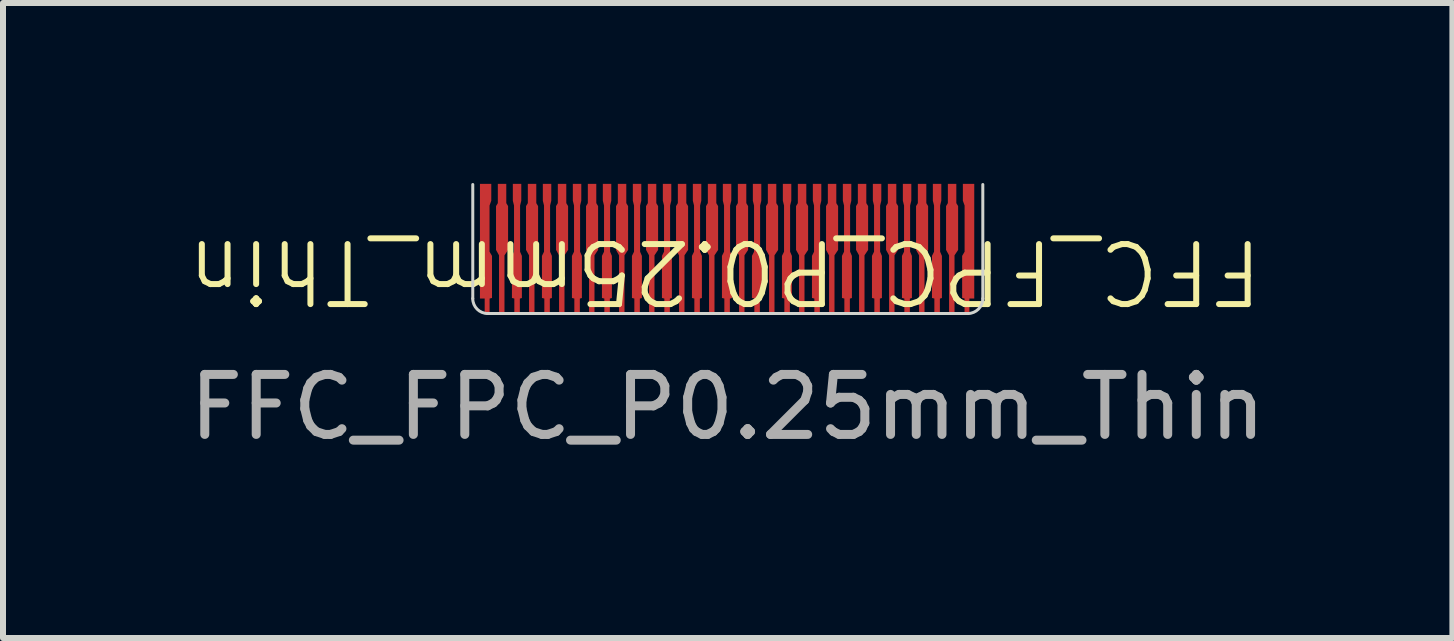
<source format=kicad_pcb>
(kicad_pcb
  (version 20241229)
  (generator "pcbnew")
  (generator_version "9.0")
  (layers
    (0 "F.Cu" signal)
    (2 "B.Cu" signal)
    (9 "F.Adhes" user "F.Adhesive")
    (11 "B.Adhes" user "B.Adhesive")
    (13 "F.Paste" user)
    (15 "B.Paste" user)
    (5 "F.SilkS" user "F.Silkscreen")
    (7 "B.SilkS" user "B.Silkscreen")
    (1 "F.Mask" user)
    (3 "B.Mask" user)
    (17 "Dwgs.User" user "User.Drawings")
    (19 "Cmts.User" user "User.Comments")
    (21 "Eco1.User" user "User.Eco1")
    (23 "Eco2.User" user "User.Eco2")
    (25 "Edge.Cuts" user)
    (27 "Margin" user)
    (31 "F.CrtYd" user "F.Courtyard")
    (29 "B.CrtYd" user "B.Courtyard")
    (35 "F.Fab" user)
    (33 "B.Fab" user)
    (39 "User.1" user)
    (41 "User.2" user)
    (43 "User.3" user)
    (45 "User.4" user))
  (footprint "FFC_FPC_P0.25mm_Thin"
    (layer "F.Cu")
    (at 9.077 1.235)
    (property "Reference" "FFC_FPC_P0.25mm_Thin" (at -0.049 0.24 180) (unlocked yes) (layer "F.SilkS") (effects (font (size 1 1) (thickness 0.1))))
    (attr smd)
    (fp_line (start -4.248 0.69) (end -4.248 -1.21) (stroke (width 0.05) (type default)) (layer "Edge.Cuts"))
    (fp_line (start 4.002 0.94) (end -3.998 0.94) (stroke (width 0.05) (type default)) (layer "Edge.Cuts"))
    (fp_line (start 4.252 0.69) (end 4.252 -1.21) (stroke (width 0.05) (type default)) (layer "Edge.Cuts"))
    (fp_arc (start -3.9985 0.940208) (mid -4.175277 0.866985) (end -4.2485 0.690208) (stroke (width 0.05) (type default)) (layer "Edge.Cuts"))
    (fp_arc (start 4.2515 0.690208) (mid 4.178277 0.866985) (end 4.0015 0.940208) (stroke (width 0.05) (type default)) (layer "Edge.Cuts"))
    (fp_text user "${REFERENCE}" (at 0 2.5 0) (unlocked yes) (layer "F.Fab") (effects (font (size 1 1) (thickness 0.15))))
    (pad "1" smd custom (at -4.04 -1.17) (size 0.1 0.1) (layers "F.Cu" "F.Mask" "F.Paste") (options (anchor circle)) (primitives (gr_poly (pts (xy -0.05 -0.025) (xy -0.048 -0.035) (xy -0.043 -0.043) (xy -0.035 -0.048) (xy -0.025 -0.05) (xy 0.025 -0.05) (xy 0.035 -0.048) (xy 0.043 -0.043) (xy 0.048 -0.035) (xy 0.05 -0.025) (xy 0.05 0.025) (xy 0.048 0.035) (xy 0.043 0.043) (xy 0.035 0.048) (xy 0.025 0.05) (xy -0.025 0.05) (xy -0.035 0.048) (xy -0.043 0.043) (xy -0.048 0.035) (xy -0.05 0.025)) (width 0) (fill yes)) (gr_poly (pts (xy 0.071 1.08) (xy 0.071 0.31) (xy 0.1 0.23) (xy 0.1 -0.05) (xy -0.088 -0.05) (xy -0.088 1.86) (xy -0.009 1.86) (xy -0.009 2.11) (xy 0.072 2.11) (xy 0.072 1.86) (xy 0.112 1.85) (xy 0.112 1.15)) (width 0.001) (fill yes))))
    (pad "2" smd custom (at -3.76 -1.16) (size 0.1 0.1) (layers "F.Cu" "F.Mask" "F.Paste") (options (anchor circle)) (primitives (gr_poly (pts (xy -0.05 -0.025) (xy -0.048 -0.035) (xy -0.043 -0.043) (xy -0.035 -0.048) (xy -0.025 -0.05) (xy 0.025 -0.05) (xy 0.035 -0.048) (xy 0.043 -0.043) (xy 0.048 -0.035) (xy 0.05 -0.025) (xy 0.05 0.025) (xy 0.048 0.035) (xy 0.043 0.043) (xy 0.035 0.048) (xy 0.025 0.05) (xy -0.025 0.05) (xy -0.035 0.048) (xy -0.043 0.043) (xy -0.048 0.035) (xy -0.05 0.025)) (width 0) (fill yes)) (gr_poly (pts (xy -0.1 1.04) (xy -0.1 0.31) (xy -0.07 0.26) (xy -0.07 -0.06) (xy 0.07 -0.06) (xy 0.07 0.26) (xy 0.1 0.31) (xy 0.1 1.04) (xy 0.04 1.13) (xy 0.04 2.1) (xy -0.05 2.1) (xy -0.05 1.13)) (width 0.001) (fill yes))))
    (pad "3" smd custom (at -3.51 -1.17) (size 0.1 0.1) (layers "F.Cu" "F.Mask" "F.Paste") (options (anchor circle)) (primitives (gr_poly (pts (xy -0.05 -0.025) (xy -0.048 -0.035) (xy -0.043 -0.043) (xy -0.035 -0.048) (xy -0.025 -0.05) (xy 0.025 -0.05) (xy 0.035 -0.048) (xy 0.043 -0.043) (xy 0.048 -0.035) (xy 0.05 -0.025) (xy 0.05 0.025) (xy 0.048 0.035) (xy 0.043 0.043) (xy 0.035 0.048) (xy 0.025 0.05) (xy -0.025 0.05) (xy -0.035 0.048) (xy -0.043 0.043) (xy -0.048 0.035) (xy -0.05 0.025)) (width 0) (fill yes)) (gr_poly (pts (xy 0.046 2.111) (xy -0.045 2.11) (xy -0.045 1.86) (xy -0.085 1.85) (xy -0.085 1.15) (xy -0.05 1.08) (xy -0.05 0.31) (xy -0.07 0.23) (xy -0.07 -0.05) (xy 0.07 -0.05) (xy 0.07 0.23) (xy 0.05 0.31) (xy 0.05 1.08) (xy 0.08 1.15) (xy 0.08 1.851) (xy 0.046 1.861)) (width 0.001) (fill yes))))
    (pad "4" smd custom (at -3.26 -1.17) (size 0.1 0.1) (layers "F.Cu" "F.Mask" "F.Paste") (options (anchor circle)) (primitives (gr_poly (pts (xy -0.05 -0.025) (xy -0.048 -0.035) (xy -0.043 -0.043) (xy -0.035 -0.048) (xy -0.025 -0.05) (xy 0.025 -0.05) (xy 0.035 -0.048) (xy 0.043 -0.043) (xy 0.048 -0.035) (xy 0.05 -0.025) (xy 0.05 0.025) (xy 0.048 0.035) (xy 0.043 0.043) (xy 0.035 0.048) (xy 0.025 0.05) (xy -0.025 0.05) (xy -0.035 0.048) (xy -0.043 0.043) (xy -0.048 0.035) (xy -0.05 0.025)) (width 0) (fill yes)) (gr_poly (pts (xy -0.1 1.05) (xy -0.1 0.32) (xy -0.07 0.27) (xy -0.07 -0.05) (xy 0.07 -0.05) (xy 0.07 0.27) (xy 0.1 0.32) (xy 0.1 1.05) (xy 0.04 1.14) (xy 0.04 2.11) (xy -0.05 2.11) (xy -0.05 1.14)) (width 0.001) (fill yes))))
    (pad "5" smd custom (at -3.01 -1.17) (size 0.1 0.1) (layers "F.Cu" "F.Mask" "F.Paste") (options (anchor circle)) (primitives (gr_poly (pts (xy -0.05 -0.025) (xy -0.048 -0.035) (xy -0.043 -0.043) (xy -0.035 -0.048) (xy -0.025 -0.05) (xy 0.025 -0.05) (xy 0.035 -0.048) (xy 0.043 -0.043) (xy 0.048 -0.035) (xy 0.05 -0.025) (xy 0.05 0.025) (xy 0.048 0.035) (xy 0.043 0.043) (xy 0.035 0.048) (xy 0.025 0.05) (xy -0.025 0.05) (xy -0.035 0.048) (xy -0.043 0.043) (xy -0.048 0.035) (xy -0.05 0.025)) (width 0) (fill yes)) (gr_poly (pts (xy 0.046 2.111) (xy -0.045 2.11) (xy -0.045 1.86) (xy -0.085 1.85) (xy -0.085 1.15) (xy -0.05 1.08) (xy -0.05 0.31) (xy -0.07 0.23) (xy -0.07 -0.05) (xy 0.07 -0.05) (xy 0.07 0.23) (xy 0.05 0.31) (xy 0.05 1.08) (xy 0.08 1.15) (xy 0.08 1.851) (xy 0.046 1.861)) (width 0.001) (fill yes))))
    (pad "6" smd custom (at -2.76 -1.17) (size 0.1 0.1) (layers "F.Cu" "F.Mask" "F.Paste") (options (anchor circle)) (primitives (gr_poly (pts (xy -0.05 -0.025) (xy -0.048 -0.035) (xy -0.043 -0.043) (xy -0.035 -0.048) (xy -0.025 -0.05) (xy 0.025 -0.05) (xy 0.035 -0.048) (xy 0.043 -0.043) (xy 0.048 -0.035) (xy 0.05 -0.025) (xy 0.05 0.025) (xy 0.048 0.035) (xy 0.043 0.043) (xy 0.035 0.048) (xy 0.025 0.05) (xy -0.025 0.05) (xy -0.035 0.048) (xy -0.043 0.043) (xy -0.048 0.035) (xy -0.05 0.025)) (width 0) (fill yes)) (gr_poly (pts (xy -0.1 1.05) (xy -0.1 0.32) (xy -0.07 0.27) (xy -0.07 -0.05) (xy 0.07 -0.05) (xy 0.07 0.27) (xy 0.1 0.32) (xy 0.1 1.05) (xy 0.04 1.14) (xy 0.04 2.11) (xy -0.05 2.11) (xy -0.05 1.14)) (width 0.001) (fill yes))))
    (pad "7" smd custom (at -2.51 -1.17) (size 0.1 0.1) (layers "F.Cu" "F.Mask" "F.Paste") (options (anchor circle)) (primitives (gr_poly (pts (xy -0.05 -0.025) (xy -0.048 -0.035) (xy -0.043 -0.043) (xy -0.035 -0.048) (xy -0.025 -0.05) (xy 0.025 -0.05) (xy 0.035 -0.048) (xy 0.043 -0.043) (xy 0.048 -0.035) (xy 0.05 -0.025) (xy 0.05 0.025) (xy 0.048 0.035) (xy 0.043 0.043) (xy 0.035 0.048) (xy 0.025 0.05) (xy -0.025 0.05) (xy -0.035 0.048) (xy -0.043 0.043) (xy -0.048 0.035) (xy -0.05 0.025)) (width 0) (fill yes)) (gr_poly (pts (xy 0.046 2.111) (xy -0.045 2.11) (xy -0.045 1.86) (xy -0.085 1.85) (xy -0.085 1.15) (xy -0.05 1.08) (xy -0.05 0.31) (xy -0.07 0.23) (xy -0.07 -0.05) (xy 0.07 -0.05) (xy 0.07 0.23) (xy 0.05 0.31) (xy 0.05 1.08) (xy 0.08 1.15) (xy 0.08 1.851) (xy 0.046 1.861)) (width 0.001) (fill yes))))
    (pad "8" smd custom (at -2.26 -1.17) (size 0.1 0.1) (layers "F.Cu" "F.Mask" "F.Paste") (options (anchor circle)) (primitives (gr_poly (pts (xy -0.05 -0.025) (xy -0.048 -0.035) (xy -0.043 -0.043) (xy -0.035 -0.048) (xy -0.025 -0.05) (xy 0.025 -0.05) (xy 0.035 -0.048) (xy 0.043 -0.043) (xy 0.048 -0.035) (xy 0.05 -0.025) (xy 0.05 0.025) (xy 0.048 0.035) (xy 0.043 0.043) (xy 0.035 0.048) (xy 0.025 0.05) (xy -0.025 0.05) (xy -0.035 0.048) (xy -0.043 0.043) (xy -0.048 0.035) (xy -0.05 0.025)) (width 0) (fill yes)) (gr_poly (pts (xy -0.1 1.05) (xy -0.1 0.32) (xy -0.07 0.27) (xy -0.07 -0.05) (xy 0.07 -0.05) (xy 0.07 0.27) (xy 0.1 0.32) (xy 0.1 1.05) (xy 0.04 1.14) (xy 0.04 2.11) (xy -0.05 2.11) (xy -0.05 1.14)) (width 0.001) (fill yes))))
    (pad "9" smd custom (at -2.01 -1.17) (size 0.1 0.1) (layers "F.Cu" "F.Mask" "F.Paste") (options (anchor circle)) (primitives (gr_poly (pts (xy -0.05 -0.025) (xy -0.048 -0.035) (xy -0.043 -0.043) (xy -0.035 -0.048) (xy -0.025 -0.05) (xy 0.025 -0.05) (xy 0.035 -0.048) (xy 0.043 -0.043) (xy 0.048 -0.035) (xy 0.05 -0.025) (xy 0.05 0.025) (xy 0.048 0.035) (xy 0.043 0.043) (xy 0.035 0.048) (xy 0.025 0.05) (xy -0.025 0.05) (xy -0.035 0.048) (xy -0.043 0.043) (xy -0.048 0.035) (xy -0.05 0.025)) (width 0) (fill yes)) (gr_poly (pts (xy 0.046 2.111) (xy -0.045 2.11) (xy -0.045 1.86) (xy -0.085 1.85) (xy -0.085 1.15) (xy -0.05 1.08) (xy -0.05 0.31) (xy -0.07 0.23) (xy -0.07 -0.05) (xy 0.07 -0.05) (xy 0.07 0.23) (xy 0.05 0.31) (xy 0.05 1.08) (xy 0.08 1.15) (xy 0.08 1.851) (xy 0.046 1.861)) (width 0.001) (fill yes))))
    (pad "10" smd custom (at -1.76 -1.17) (size 0.1 0.1) (layers "F.Cu" "F.Mask" "F.Paste") (options (anchor circle)) (primitives (gr_poly (pts (xy -0.05 -0.025) (xy -0.048 -0.035) (xy -0.043 -0.043) (xy -0.035 -0.048) (xy -0.025 -0.05) (xy 0.025 -0.05) (xy 0.035 -0.048) (xy 0.043 -0.043) (xy 0.048 -0.035) (xy 0.05 -0.025) (xy 0.05 0.025) (xy 0.048 0.035) (xy 0.043 0.043) (xy 0.035 0.048) (xy 0.025 0.05) (xy -0.025 0.05) (xy -0.035 0.048) (xy -0.043 0.043) (xy -0.048 0.035) (xy -0.05 0.025)) (width 0) (fill yes)) (gr_poly (pts (xy -0.1 1.05) (xy -0.1 0.32) (xy -0.07 0.27) (xy -0.07 -0.05) (xy 0.07 -0.05) (xy 0.07 0.27) (xy 0.1 0.32) (xy 0.1 1.05) (xy 0.04 1.14) (xy 0.04 2.11) (xy -0.05 2.11) (xy -0.05 1.14)) (width 0.001) (fill yes))))
    (pad "11" smd custom (at -1.51 -1.17) (size 0.1 0.1) (layers "F.Cu" "F.Mask" "F.Paste") (options (anchor circle)) (primitives (gr_poly (pts (xy -0.05 -0.025) (xy -0.048 -0.035) (xy -0.043 -0.043) (xy -0.035 -0.048) (xy -0.025 -0.05) (xy 0.025 -0.05) (xy 0.035 -0.048) (xy 0.043 -0.043) (xy 0.048 -0.035) (xy 0.05 -0.025) (xy 0.05 0.025) (xy 0.048 0.035) (xy 0.043 0.043) (xy 0.035 0.048) (xy 0.025 0.05) (xy -0.025 0.05) (xy -0.035 0.048) (xy -0.043 0.043) (xy -0.048 0.035) (xy -0.05 0.025)) (width 0) (fill yes)) (gr_poly (pts (xy 0.046 2.111) (xy -0.045 2.11) (xy -0.045 1.86) (xy -0.085 1.85) (xy -0.085 1.15) (xy -0.05 1.08) (xy -0.05 0.31) (xy -0.07 0.23) (xy -0.07 -0.05) (xy 0.07 -0.05) (xy 0.07 0.23) (xy 0.05 0.31) (xy 0.05 1.08) (xy 0.08 1.15) (xy 0.08 1.851) (xy 0.046 1.861)) (width 0.001) (fill yes))))
    (pad "12" smd custom (at -1.26 -1.17) (size 0.1 0.1) (layers "F.Cu" "F.Mask" "F.Paste") (options (anchor circle)) (primitives (gr_poly (pts (xy -0.05 -0.025) (xy -0.048 -0.035) (xy -0.043 -0.043) (xy -0.035 -0.048) (xy -0.025 -0.05) (xy 0.025 -0.05) (xy 0.035 -0.048) (xy 0.043 -0.043) (xy 0.048 -0.035) (xy 0.05 -0.025) (xy 0.05 0.025) (xy 0.048 0.035) (xy 0.043 0.043) (xy 0.035 0.048) (xy 0.025 0.05) (xy -0.025 0.05) (xy -0.035 0.048) (xy -0.043 0.043) (xy -0.048 0.035) (xy -0.05 0.025)) (width 0) (fill yes)) (gr_poly (pts (xy -0.1 1.05) (xy -0.1 0.32) (xy -0.07 0.27) (xy -0.07 -0.05) (xy 0.07 -0.05) (xy 0.07 0.27) (xy 0.1 0.32) (xy 0.1 1.05) (xy 0.04 1.14) (xy 0.04 2.11) (xy -0.05 2.11) (xy -0.05 1.14)) (width 0.001) (fill yes))))
    (pad "13" smd custom (at -1.01 -1.17) (size 0.1 0.1) (layers "F.Cu" "F.Mask" "F.Paste") (options (anchor circle)) (primitives (gr_poly (pts (xy -0.05 -0.025) (xy -0.048 -0.035) (xy -0.043 -0.043) (xy -0.035 -0.048) (xy -0.025 -0.05) (xy 0.025 -0.05) (xy 0.035 -0.048) (xy 0.043 -0.043) (xy 0.048 -0.035) (xy 0.05 -0.025) (xy 0.05 0.025) (xy 0.048 0.035) (xy 0.043 0.043) (xy 0.035 0.048) (xy 0.025 0.05) (xy -0.025 0.05) (xy -0.035 0.048) (xy -0.043 0.043) (xy -0.048 0.035) (xy -0.05 0.025)) (width 0) (fill yes)) (gr_poly (pts (xy 0.046 2.111) (xy -0.045 2.11) (xy -0.045 1.86) (xy -0.085 1.85) (xy -0.085 1.15) (xy -0.05 1.08) (xy -0.05 0.31) (xy -0.07 0.23) (xy -0.07 -0.05) (xy 0.07 -0.05) (xy 0.07 0.23) (xy 0.05 0.31) (xy 0.05 1.08) (xy 0.08 1.15) (xy 0.08 1.851) (xy 0.046 1.861)) (width 0.001) (fill yes))))
    (pad "14" smd custom (at -0.76 -1.17) (size 0.1 0.1) (layers "F.Cu" "F.Mask" "F.Paste") (options (anchor circle)) (primitives (gr_poly (pts (xy -0.05 -0.025) (xy -0.048 -0.035) (xy -0.043 -0.043) (xy -0.035 -0.048) (xy -0.025 -0.05) (xy 0.025 -0.05) (xy 0.035 -0.048) (xy 0.043 -0.043) (xy 0.048 -0.035) (xy 0.05 -0.025) (xy 0.05 0.025) (xy 0.048 0.035) (xy 0.043 0.043) (xy 0.035 0.048) (xy 0.025 0.05) (xy -0.025 0.05) (xy -0.035 0.048) (xy -0.043 0.043) (xy -0.048 0.035) (xy -0.05 0.025)) (width 0) (fill yes)) (gr_poly (pts (xy -0.1 1.05) (xy -0.1 0.32) (xy -0.07 0.27) (xy -0.07 -0.05) (xy 0.07 -0.05) (xy 0.07 0.27) (xy 0.1 0.32) (xy 0.1 1.05) (xy 0.04 1.14) (xy 0.04 2.11) (xy -0.05 2.11) (xy -0.05 1.14)) (width 0.001) (fill yes))))
    (pad "15" smd custom (at -0.51 -1.17) (size 0.1 0.1) (layers "F.Cu" "F.Mask" "F.Paste") (options (anchor circle)) (primitives (gr_poly (pts (xy -0.05 -0.025) (xy -0.048 -0.035) (xy -0.043 -0.043) (xy -0.035 -0.048) (xy -0.025 -0.05) (xy 0.025 -0.05) (xy 0.035 -0.048) (xy 0.043 -0.043) (xy 0.048 -0.035) (xy 0.05 -0.025) (xy 0.05 0.025) (xy 0.048 0.035) (xy 0.043 0.043) (xy 0.035 0.048) (xy 0.025 0.05) (xy -0.025 0.05) (xy -0.035 0.048) (xy -0.043 0.043) (xy -0.048 0.035) (xy -0.05 0.025)) (width 0) (fill yes)) (gr_poly (pts (xy 0.046 2.111) (xy -0.045 2.11) (xy -0.045 1.86) (xy -0.085 1.85) (xy -0.085 1.15) (xy -0.05 1.08) (xy -0.05 0.31) (xy -0.07 0.23) (xy -0.07 -0.05) (xy 0.07 -0.05) (xy 0.07 0.23) (xy 0.05 0.31) (xy 0.05 1.08) (xy 0.08 1.15) (xy 0.08 1.851) (xy 0.046 1.861)) (width 0.001) (fill yes))))
    (pad "16" smd custom (at -0.26 -1.16) (size 0.1 0.1) (layers "F.Cu" "F.Mask" "F.Paste") (options (anchor circle)) (primitives (gr_poly (pts (xy -0.05 -0.025) (xy -0.048 -0.035) (xy -0.043 -0.043) (xy -0.035 -0.048) (xy -0.025 -0.05) (xy 0.025 -0.05) (xy 0.035 -0.048) (xy 0.043 -0.043) (xy 0.048 -0.035) (xy 0.05 -0.025) (xy 0.05 0.025) (xy 0.048 0.035) (xy 0.043 0.043) (xy 0.035 0.048) (xy 0.025 0.05) (xy -0.025 0.05) (xy -0.035 0.048) (xy -0.043 0.043) (xy -0.048 0.035) (xy -0.05 0.025)) (width 0) (fill yes)) (gr_poly (pts (xy -0.1 1.04) (xy -0.1 0.31) (xy -0.07 0.26) (xy -0.07 -0.06) (xy 0.07 -0.06) (xy 0.07 0.26) (xy 0.1 0.31) (xy 0.1 1.04) (xy 0.04 1.13) (xy 0.04 2.1) (xy -0.05 2.1) (xy -0.05 1.13)) (width 0.001) (fill yes))))
    (pad "17" smd custom (at -0.01 -1.17) (size 0.1 0.1) (layers "F.Cu" "F.Mask" "F.Paste") (options (anchor circle)) (primitives (gr_poly (pts (xy -0.05 -0.025) (xy -0.048 -0.035) (xy -0.043 -0.043) (xy -0.035 -0.048) (xy -0.025 -0.05) (xy 0.025 -0.05) (xy 0.035 -0.048) (xy 0.043 -0.043) (xy 0.048 -0.035) (xy 0.05 -0.025) (xy 0.05 0.025) (xy 0.048 0.035) (xy 0.043 0.043) (xy 0.035 0.048) (xy 0.025 0.05) (xy -0.025 0.05) (xy -0.035 0.048) (xy -0.043 0.043) (xy -0.048 0.035) (xy -0.05 0.025)) (width 0) (fill yes)) (gr_poly (pts (xy 0.046 2.111) (xy -0.045 2.11) (xy -0.045 1.86) (xy -0.085 1.85) (xy -0.085 1.15) (xy -0.05 1.08) (xy -0.05 0.31) (xy -0.07 0.23) (xy -0.07 -0.05) (xy 0.07 -0.05) (xy 0.07 0.23) (xy 0.05 0.31) (xy 0.05 1.08) (xy 0.08 1.15) (xy 0.08 1.851) (xy 0.046 1.861)) (width 0.001) (fill yes))))
    (pad "18" smd custom (at 0.24 -1.16) (size 0.1 0.1) (layers "F.Cu" "F.Mask" "F.Paste") (options (anchor circle)) (primitives (gr_poly (pts (xy -0.05 -0.025) (xy -0.048 -0.035) (xy -0.043 -0.043) (xy -0.035 -0.048) (xy -0.025 -0.05) (xy 0.025 -0.05) (xy 0.035 -0.048) (xy 0.043 -0.043) (xy 0.048 -0.035) (xy 0.05 -0.025) (xy 0.05 0.025) (xy 0.048 0.035) (xy 0.043 0.043) (xy 0.035 0.048) (xy 0.025 0.05) (xy -0.025 0.05) (xy -0.035 0.048) (xy -0.043 0.043) (xy -0.048 0.035) (xy -0.05 0.025)) (width 0) (fill yes)) (gr_poly (pts (xy -0.1 1.04) (xy -0.1 0.31) (xy -0.07 0.26) (xy -0.07 -0.06) (xy 0.07 -0.06) (xy 0.07 0.26) (xy 0.1 0.31) (xy 0.1 1.04) (xy 0.04 1.13) (xy 0.04 2.1) (xy -0.05 2.1) (xy -0.05 1.13)) (width 0.001) (fill yes))))
    (pad "19" smd custom (at 0.49 -1.16) (size 0.1 0.1) (layers "F.Cu" "F.Mask" "F.Paste") (options (anchor circle)) (primitives (gr_poly (pts (xy -0.05 -0.025) (xy -0.048 -0.035) (xy -0.043 -0.043) (xy -0.035 -0.048) (xy -0.025 -0.05) (xy 0.025 -0.05) (xy 0.035 -0.048) (xy 0.043 -0.043) (xy 0.048 -0.035) (xy 0.05 -0.025) (xy 0.05 0.025) (xy 0.048 0.035) (xy 0.043 0.043) (xy 0.035 0.048) (xy 0.025 0.05) (xy -0.025 0.05) (xy -0.035 0.048) (xy -0.043 0.043) (xy -0.048 0.035) (xy -0.05 0.025)) (width 0) (fill yes)) (gr_poly (pts (xy 0.046 2.101) (xy -0.045 2.1) (xy -0.045 1.85) (xy -0.085 1.84) (xy -0.085 1.14) (xy -0.05 1.07) (xy -0.05 0.3) (xy -0.07 0.22) (xy -0.07 -0.06) (xy 0.07 -0.06) (xy 0.07 0.22) (xy 0.05 0.3) (xy 0.05 1.07) (xy 0.08 1.14) (xy 0.08 1.841) (xy 0.046 1.851)) (width 0.001) (fill yes))))
    (pad "20" smd custom (at 0.74 -1.17) (size 0.1 0.1) (layers "F.Cu" "F.Mask" "F.Paste") (options (anchor circle)) (primitives (gr_poly (pts (xy -0.05 -0.025) (xy -0.048 -0.035) (xy -0.043 -0.043) (xy -0.035 -0.048) (xy -0.025 -0.05) (xy 0.025 -0.05) (xy 0.035 -0.048) (xy 0.043 -0.043) (xy 0.048 -0.035) (xy 0.05 -0.025) (xy 0.05 0.025) (xy 0.048 0.035) (xy 0.043 0.043) (xy 0.035 0.048) (xy 0.025 0.05) (xy -0.025 0.05) (xy -0.035 0.048) (xy -0.043 0.043) (xy -0.048 0.035) (xy -0.05 0.025)) (width 0) (fill yes)) (gr_poly (pts (xy -0.1 1.05) (xy -0.1 0.32) (xy -0.07 0.27) (xy -0.07 -0.05) (xy 0.07 -0.05) (xy 0.07 0.27) (xy 0.1 0.32) (xy 0.1 1.05) (xy 0.04 1.14) (xy 0.04 2.11) (xy -0.05 2.11) (xy -0.05 1.14)) (width 0.001) (fill yes))))
    (pad "21" smd custom (at 0.99 -1.17) (size 0.1 0.1) (layers "F.Cu" "F.Mask" "F.Paste") (options (anchor circle)) (primitives (gr_poly (pts (xy -0.05 -0.025) (xy -0.048 -0.035) (xy -0.043 -0.043) (xy -0.035 -0.048) (xy -0.025 -0.05) (xy 0.025 -0.05) (xy 0.035 -0.048) (xy 0.043 -0.043) (xy 0.048 -0.035) (xy 0.05 -0.025) (xy 0.05 0.025) (xy 0.048 0.035) (xy 0.043 0.043) (xy 0.035 0.048) (xy 0.025 0.05) (xy -0.025 0.05) (xy -0.035 0.048) (xy -0.043 0.043) (xy -0.048 0.035) (xy -0.05 0.025)) (width 0) (fill yes)) (gr_poly (pts (xy 0.046 2.111) (xy -0.045 2.11) (xy -0.045 1.86) (xy -0.085 1.85) (xy -0.085 1.15) (xy -0.05 1.08) (xy -0.05 0.31) (xy -0.07 0.23) (xy -0.07 -0.05) (xy 0.07 -0.05) (xy 0.07 0.23) (xy 0.05 0.31) (xy 0.05 1.08) (xy 0.08 1.15) (xy 0.08 1.851) (xy 0.046 1.861)) (width 0.001) (fill yes))))
    (pad "22" smd custom (at 1.24 -1.17) (size 0.1 0.1) (layers "F.Cu" "F.Mask" "F.Paste") (options (anchor circle)) (primitives (gr_poly (pts (xy -0.05 -0.025) (xy -0.048 -0.035) (xy -0.043 -0.043) (xy -0.035 -0.048) (xy -0.025 -0.05) (xy 0.025 -0.05) (xy 0.035 -0.048) (xy 0.043 -0.043) (xy 0.048 -0.035) (xy 0.05 -0.025) (xy 0.05 0.025) (xy 0.048 0.035) (xy 0.043 0.043) (xy 0.035 0.048) (xy 0.025 0.05) (xy -0.025 0.05) (xy -0.035 0.048) (xy -0.043 0.043) (xy -0.048 0.035) (xy -0.05 0.025)) (width 0) (fill yes)) (gr_poly (pts (xy -0.1 1.05) (xy -0.1 0.32) (xy -0.07 0.27) (xy -0.07 -0.05) (xy 0.07 -0.05) (xy 0.07 0.27) (xy 0.1 0.32) (xy 0.1 1.05) (xy 0.04 1.14) (xy 0.04 2.11) (xy -0.05 2.11) (xy -0.05 1.14)) (width 0.001) (fill yes))))
    (pad "23" smd custom (at 1.49 -1.17) (size 0.1 0.1) (layers "F.Cu" "F.Mask" "F.Paste") (options (anchor circle)) (primitives (gr_poly (pts (xy -0.05 -0.025) (xy -0.048 -0.035) (xy -0.043 -0.043) (xy -0.035 -0.048) (xy -0.025 -0.05) (xy 0.025 -0.05) (xy 0.035 -0.048) (xy 0.043 -0.043) (xy 0.048 -0.035) (xy 0.05 -0.025) (xy 0.05 0.025) (xy 0.048 0.035) (xy 0.043 0.043) (xy 0.035 0.048) (xy 0.025 0.05) (xy -0.025 0.05) (xy -0.035 0.048) (xy -0.043 0.043) (xy -0.048 0.035) (xy -0.05 0.025)) (width 0) (fill yes)) (gr_poly (pts (xy 0.046 2.111) (xy -0.045 2.11) (xy -0.045 1.86) (xy -0.085 1.85) (xy -0.085 1.15) (xy -0.05 1.08) (xy -0.05 0.31) (xy -0.07 0.23) (xy -0.07 -0.05) (xy 0.07 -0.05) (xy 0.07 0.23) (xy 0.05 0.31) (xy 0.05 1.08) (xy 0.08 1.15) (xy 0.08 1.851) (xy 0.046 1.861)) (width 0.001) (fill yes))))
    (pad "24" smd custom (at 1.74 -1.17) (size 0.1 0.1) (layers "F.Cu" "F.Mask" "F.Paste") (options (anchor circle)) (primitives (gr_poly (pts (xy -0.05 -0.025) (xy -0.048 -0.035) (xy -0.043 -0.043) (xy -0.035 -0.048) (xy -0.025 -0.05) (xy 0.025 -0.05) (xy 0.035 -0.048) (xy 0.043 -0.043) (xy 0.048 -0.035) (xy 0.05 -0.025) (xy 0.05 0.025) (xy 0.048 0.035) (xy 0.043 0.043) (xy 0.035 0.048) (xy 0.025 0.05) (xy -0.025 0.05) (xy -0.035 0.048) (xy -0.043 0.043) (xy -0.048 0.035) (xy -0.05 0.025)) (width 0) (fill yes)) (gr_poly (pts (xy -0.1 1.05) (xy -0.1 0.32) (xy -0.07 0.27) (xy -0.07 -0.05) (xy 0.07 -0.05) (xy 0.07 0.27) (xy 0.1 0.32) (xy 0.1 1.05) (xy 0.04 1.14) (xy 0.04 2.11) (xy -0.05 2.11) (xy -0.05 1.14)) (width 0.001) (fill yes))))
    (pad "25" smd custom (at 1.99 -1.17) (size 0.1 0.1) (layers "F.Cu" "F.Mask" "F.Paste") (options (anchor circle)) (primitives (gr_poly (pts (xy -0.05 -0.025) (xy -0.048 -0.035) (xy -0.043 -0.043) (xy -0.035 -0.048) (xy -0.025 -0.05) (xy 0.025 -0.05) (xy 0.035 -0.048) (xy 0.043 -0.043) (xy 0.048 -0.035) (xy 0.05 -0.025) (xy 0.05 0.025) (xy 0.048 0.035) (xy 0.043 0.043) (xy 0.035 0.048) (xy 0.025 0.05) (xy -0.025 0.05) (xy -0.035 0.048) (xy -0.043 0.043) (xy -0.048 0.035) (xy -0.05 0.025)) (width 0) (fill yes)) (gr_poly (pts (xy 0.046 2.111) (xy -0.045 2.11) (xy -0.045 1.86) (xy -0.085 1.85) (xy -0.085 1.15) (xy -0.05 1.08) (xy -0.05 0.31) (xy -0.07 0.23) (xy -0.07 -0.05) (xy 0.07 -0.05) (xy 0.07 0.23) (xy 0.05 0.31) (xy 0.05 1.08) (xy 0.08 1.15) (xy 0.08 1.851) (xy 0.046 1.861)) (width 0.001) (fill yes))))
    (pad "26" smd custom (at 2.24 -1.17) (size 0.1 0.1) (layers "F.Cu" "F.Mask" "F.Paste") (options (anchor circle)) (primitives (gr_poly (pts (xy -0.05 -0.025) (xy -0.048 -0.035) (xy -0.043 -0.043) (xy -0.035 -0.048) (xy -0.025 -0.05) (xy 0.025 -0.05) (xy 0.035 -0.048) (xy 0.043 -0.043) (xy 0.048 -0.035) (xy 0.05 -0.025) (xy 0.05 0.025) (xy 0.048 0.035) (xy 0.043 0.043) (xy 0.035 0.048) (xy 0.025 0.05) (xy -0.025 0.05) (xy -0.035 0.048) (xy -0.043 0.043) (xy -0.048 0.035) (xy -0.05 0.025)) (width 0) (fill yes)) (gr_poly (pts (xy -0.1 1.05) (xy -0.1 0.32) (xy -0.07 0.27) (xy -0.07 -0.05) (xy 0.07 -0.05) (xy 0.07 0.27) (xy 0.1 0.32) (xy 0.1 1.05) (xy 0.04 1.14) (xy 0.04 2.11) (xy -0.05 2.11) (xy -0.05 1.14)) (width 0.001) (fill yes))))
    (pad "27" smd custom (at 2.49 -1.17) (size 0.1 0.1) (layers "F.Cu" "F.Mask" "F.Paste") (options (anchor circle)) (primitives (gr_poly (pts (xy -0.05 -0.025) (xy -0.048 -0.035) (xy -0.043 -0.043) (xy -0.035 -0.048) (xy -0.025 -0.05) (xy 0.025 -0.05) (xy 0.035 -0.048) (xy 0.043 -0.043) (xy 0.048 -0.035) (xy 0.05 -0.025) (xy 0.05 0.025) (xy 0.048 0.035) (xy 0.043 0.043) (xy 0.035 0.048) (xy 0.025 0.05) (xy -0.025 0.05) (xy -0.035 0.048) (xy -0.043 0.043) (xy -0.048 0.035) (xy -0.05 0.025)) (width 0) (fill yes)) (gr_poly (pts (xy 0.046 2.111) (xy -0.045 2.11) (xy -0.045 1.86) (xy -0.085 1.85) (xy -0.085 1.15) (xy -0.05 1.08) (xy -0.05 0.31) (xy -0.07 0.23) (xy -0.07 -0.05) (xy 0.07 -0.05) (xy 0.07 0.23) (xy 0.05 0.31) (xy 0.05 1.08) (xy 0.08 1.15) (xy 0.08 1.851) (xy 0.046 1.861)) (width 0.001) (fill yes))))
    (pad "28" smd custom (at 2.74 -1.17) (size 0.1 0.1) (layers "F.Cu" "F.Mask" "F.Paste") (options (anchor circle)) (primitives (gr_poly (pts (xy -0.05 -0.025) (xy -0.048 -0.035) (xy -0.043 -0.043) (xy -0.035 -0.048) (xy -0.025 -0.05) (xy 0.025 -0.05) (xy 0.035 -0.048) (xy 0.043 -0.043) (xy 0.048 -0.035) (xy 0.05 -0.025) (xy 0.05 0.025) (xy 0.048 0.035) (xy 0.043 0.043) (xy 0.035 0.048) (xy 0.025 0.05) (xy -0.025 0.05) (xy -0.035 0.048) (xy -0.043 0.043) (xy -0.048 0.035) (xy -0.05 0.025)) (width 0) (fill yes)) (gr_poly (pts (xy -0.1 1.05) (xy -0.1 0.32) (xy -0.07 0.27) (xy -0.07 -0.05) (xy 0.07 -0.05) (xy 0.07 0.27) (xy 0.1 0.32) (xy 0.1 1.05) (xy 0.04 1.14) (xy 0.04 2.11) (xy -0.05 2.11) (xy -0.05 1.14)) (width 0.001) (fill yes))))
    (pad "29" smd custom (at 2.99 -1.17) (size 0.1 0.1) (layers "F.Cu" "F.Mask" "F.Paste") (options (anchor circle)) (primitives (gr_poly (pts (xy -0.05 -0.025) (xy -0.048 -0.035) (xy -0.043 -0.043) (xy -0.035 -0.048) (xy -0.025 -0.05) (xy 0.025 -0.05) (xy 0.035 -0.048) (xy 0.043 -0.043) (xy 0.048 -0.035) (xy 0.05 -0.025) (xy 0.05 0.025) (xy 0.048 0.035) (xy 0.043 0.043) (xy 0.035 0.048) (xy 0.025 0.05) (xy -0.025 0.05) (xy -0.035 0.048) (xy -0.043 0.043) (xy -0.048 0.035) (xy -0.05 0.025)) (width 0) (fill yes)) (gr_poly (pts (xy 0.046 2.111) (xy -0.045 2.11) (xy -0.045 1.86) (xy -0.085 1.85) (xy -0.085 1.15) (xy -0.05 1.08) (xy -0.05 0.31) (xy -0.07 0.23) (xy -0.07 -0.05) (xy 0.07 -0.05) (xy 0.07 0.23) (xy 0.05 0.31) (xy 0.05 1.08) (xy 0.08 1.15) (xy 0.08 1.851) (xy 0.046 1.861)) (width 0.001) (fill yes))))
    (pad "30" smd custom (at 3.24 -1.17) (size 0.1 0.1) (layers "F.Cu" "F.Mask" "F.Paste") (options (anchor circle)) (primitives (gr_poly (pts (xy -0.05 -0.025) (xy -0.048 -0.035) (xy -0.043 -0.043) (xy -0.035 -0.048) (xy -0.025 -0.05) (xy 0.025 -0.05) (xy 0.035 -0.048) (xy 0.043 -0.043) (xy 0.048 -0.035) (xy 0.05 -0.025) (xy 0.05 0.025) (xy 0.048 0.035) (xy 0.043 0.043) (xy 0.035 0.048) (xy 0.025 0.05) (xy -0.025 0.05) (xy -0.035 0.048) (xy -0.043 0.043) (xy -0.048 0.035) (xy -0.05 0.025)) (width 0) (fill yes)) (gr_poly (pts (xy -0.1 1.05) (xy -0.1 0.32) (xy -0.07 0.27) (xy -0.07 -0.05) (xy 0.07 -0.05) (xy 0.07 0.27) (xy 0.1 0.32) (xy 0.1 1.05) (xy 0.04 1.14) (xy 0.04 2.11) (xy -0.05 2.11) (xy -0.05 1.14)) (width 0.001) (fill yes))))
    (pad "31" smd custom (at 3.49 -1.17) (size 0.1 0.1) (layers "F.Cu" "F.Mask" "F.Paste") (options (anchor circle)) (primitives (gr_poly (pts (xy -0.05 -0.025) (xy -0.048 -0.035) (xy -0.043 -0.043) (xy -0.035 -0.048) (xy -0.025 -0.05) (xy 0.025 -0.05) (xy 0.035 -0.048) (xy 0.043 -0.043) (xy 0.048 -0.035) (xy 0.05 -0.025) (xy 0.05 0.025) (xy 0.048 0.035) (xy 0.043 0.043) (xy 0.035 0.048) (xy 0.025 0.05) (xy -0.025 0.05) (xy -0.035 0.048) (xy -0.043 0.043) (xy -0.048 0.035) (xy -0.05 0.025)) (width 0) (fill yes)) (gr_poly (pts (xy 0.046 2.111) (xy -0.045 2.11) (xy -0.045 1.86) (xy -0.085 1.85) (xy -0.085 1.15) (xy -0.05 1.08) (xy -0.05 0.31) (xy -0.07 0.23) (xy -0.07 -0.05) (xy 0.07 -0.05) (xy 0.07 0.23) (xy 0.05 0.31) (xy 0.05 1.08) (xy 0.08 1.15) (xy 0.08 1.851) (xy 0.046 1.861)) (width 0.001) (fill yes))))
    (pad "32" smd custom (at 3.74 -1.17) (size 0.1 0.1) (layers "F.Cu" "F.Mask" "F.Paste") (options (anchor circle)) (primitives (gr_poly (pts (xy -0.05 -0.025) (xy -0.048 -0.035) (xy -0.043 -0.043) (xy -0.035 -0.048) (xy -0.025 -0.05) (xy 0.025 -0.05) (xy 0.035 -0.048) (xy 0.043 -0.043) (xy 0.048 -0.035) (xy 0.05 -0.025) (xy 0.05 0.025) (xy 0.048 0.035) (xy 0.043 0.043) (xy 0.035 0.048) (xy 0.025 0.05) (xy -0.025 0.05) (xy -0.035 0.048) (xy -0.043 0.043) (xy -0.048 0.035) (xy -0.05 0.025)) (width 0) (fill yes)) (gr_poly (pts (xy -0.1 1.05) (xy -0.1 0.32) (xy -0.07 0.27) (xy -0.07 -0.05) (xy 0.07 -0.05) (xy 0.07 0.27) (xy 0.1 0.32) (xy 0.1 1.05) (xy 0.04 1.14) (xy 0.04 2.11) (xy -0.05 2.11) (xy -0.05 1.14)) (width 0.001) (fill yes))))
    (pad "33" smd custom (at 4.01 -1.17) (size 0.1 0.1) (layers "F.Cu" "F.Mask" "F.Paste") (options (anchor circle)) (primitives (gr_poly (pts (xy -0.05 -0.025) (xy -0.048 -0.035) (xy -0.043 -0.043) (xy -0.035 -0.048) (xy -0.025 -0.05) (xy 0.025 -0.05) (xy 0.035 -0.048) (xy 0.043 -0.043) (xy 0.048 -0.035) (xy 0.05 -0.025) (xy 0.05 0.025) (xy 0.048 0.035) (xy 0.043 0.043) (xy 0.035 0.048) (xy 0.025 0.05) (xy -0.025 0.05) (xy -0.035 0.048) (xy -0.043 0.043) (xy -0.048 0.035) (xy -0.05 0.025)) (width 0) (fill yes)) (gr_poly (pts (xy -0.061 1.08) (xy -0.061 0.31) (xy -0.09 0.23) (xy -0.09 -0.05) (xy 0.099 -0.05) (xy 0.099 1.86) (xy 0.018 1.86) (xy 0.018 2.11) (xy -0.062 2.11) (xy -0.062 1.86) (xy -0.102 1.85) (xy -0.102 1.15)) (width 0.001) (fill yes)))))
  (gr_rect
    (start -3 -3)
    (end 21.155 7.583)
    (stroke (width 0.1) (type default))
    (fill no)
    (layer "Edge.Cuts")))
</source>
